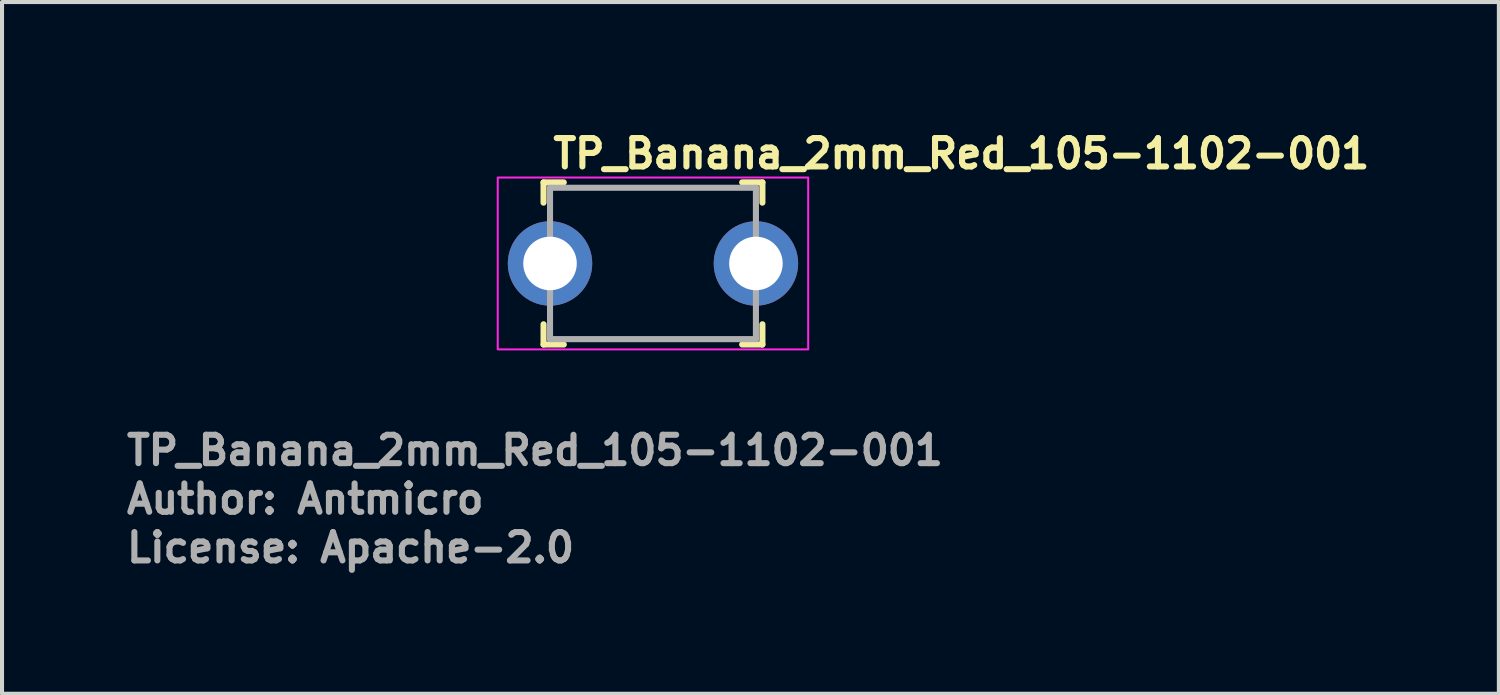
<source format=kicad_pcb>
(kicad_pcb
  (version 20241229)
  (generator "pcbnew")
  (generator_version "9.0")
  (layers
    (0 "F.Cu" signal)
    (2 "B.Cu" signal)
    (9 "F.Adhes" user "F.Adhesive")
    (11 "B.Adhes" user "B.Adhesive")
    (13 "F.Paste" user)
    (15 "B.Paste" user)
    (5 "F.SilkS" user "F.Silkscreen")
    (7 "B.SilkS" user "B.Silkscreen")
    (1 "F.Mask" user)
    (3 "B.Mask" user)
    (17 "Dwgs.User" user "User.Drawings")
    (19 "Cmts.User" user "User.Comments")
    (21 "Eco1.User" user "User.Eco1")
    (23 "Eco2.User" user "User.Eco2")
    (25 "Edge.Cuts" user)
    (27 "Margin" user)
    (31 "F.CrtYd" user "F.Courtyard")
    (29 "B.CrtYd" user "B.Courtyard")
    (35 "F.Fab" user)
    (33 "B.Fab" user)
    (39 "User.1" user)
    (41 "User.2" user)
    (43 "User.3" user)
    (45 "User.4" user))
  (footprint "TP_Banana_2mm_Red_105-1102-001"
    (layer "F.Cu")
    (at 10.52 3.45)
    (property "Reference" "TP_Banana_2mm_Red_105-1102-001" (at 0 -2.3 0) (layer "F.SilkS") (effects (font (size 0.7 0.7) (thickness 0.15)) (justify left bottom)))
    (attr through_hole)
    (fp_line (start -0.16 -2) (end -0.16 -1.5) (stroke (width 0.15) (type solid)) (layer "F.SilkS"))
    (fp_line (start -0.16 -2) (end 0.34 -2) (stroke (width 0.15) (type solid)) (layer "F.SilkS"))
    (fp_line (start -0.16 2) (end -0.16 1.5) (stroke (width 0.15) (type solid)) (layer "F.SilkS"))
    (fp_line (start -0.16 2) (end 0.34 2) (stroke (width 0.15) (type solid)) (layer "F.SilkS"))
    (fp_line (start 5.24 -2) (end 4.74 -2) (stroke (width 0.15) (type solid)) (layer "F.SilkS"))
    (fp_line (start 5.24 -2) (end 5.24 -1.5) (stroke (width 0.15) (type solid)) (layer "F.SilkS"))
    (fp_line (start 5.24 2) (end 4.74 2) (stroke (width 0.15) (type solid)) (layer "F.SilkS"))
    (fp_line (start 5.24 2) (end 5.24 1.5) (stroke (width 0.15) (type solid)) (layer "F.SilkS"))
    (fp_rect (start -1.29 -2.12) (end 6.37 2.12) (stroke (width 0.05) (type solid)) (fill no) (layer "F.CrtYd"))
    (fp_line (start 0 -1.867) (end 5.08 -1.867) (stroke (width 0.15) (type solid)) (layer "F.Fab"))
    (fp_line (start 0 1.867) (end 0 -1.867) (stroke (width 0.15) (type solid)) (layer "F.Fab"))
    (fp_line (start 0 1.867) (end 5.08 1.867) (stroke (width 0.15) (type solid)) (layer "F.Fab"))
    (fp_line (start 5.08 1.867) (end 5.08 -1.867) (stroke (width 0.15) (type solid)) (layer "F.Fab"))
    (fp_rect (start -0.154 -1.862) (end 5.23 1.872) (stroke (width 0.1) (type solid)) (fill no) (layer "User.5"))
    (fp_line (start -0.154 -1.862) (end -0.154 -1.857) (stroke (width 0.02) (type solid)) (layer "User.9"))
    (fp_line (start -0.154 -1.862) (end 5.23 -1.862) (stroke (width 0.02) (type solid)) (layer "User.9"))
    (fp_line (start -0.154 -1.857) (end -0.154 -1.857) (stroke (width 0.02) (type solid)) (layer "User.9"))
    (fp_line (start -0.154 -1.857) (end -0.154 -1.843) (stroke (width 0.02) (type solid)) (layer "User.9"))
    (fp_line (start -0.154 -1.843) (end -0.154 -1.843) (stroke (width 0.02) (type solid)) (layer "User.9"))
    (fp_line (start -0.154 -1.843) (end -0.154 -1.819) (stroke (width 0.02) (type solid)) (layer "User.9"))
    (fp_line (start -0.154 -1.819) (end -0.154 -1.819) (stroke (width 0.02) (type solid)) (layer "User.9"))
    (fp_line (start -0.154 -1.819) (end -0.154 -1.786) (stroke (width 0.02) (type solid)) (layer "User.9"))
    (fp_line (start -0.154 -1.786) (end -0.154 -1.786) (stroke (width 0.02) (type solid)) (layer "User.9"))
    (fp_line (start -0.154 -1.786) (end -0.154 -1.745) (stroke (width 0.02) (type solid)) (layer "User.9"))
    (fp_line (start -0.154 -1.745) (end -0.154 -1.745) (stroke (width 0.02) (type solid)) (layer "User.9"))
    (fp_line (start -0.154 -1.745) (end -0.154 -1.639) (stroke (width 0.02) (type solid)) (layer "User.9"))
    (fp_line (start -0.154 -1.639) (end -0.154 -1.639) (stroke (width 0.02) (type solid)) (layer "User.9"))
    (fp_line (start -0.154 -1.639) (end -0.154 -1.1) (stroke (width 0.02) (type solid)) (layer "User.9"))
    (fp_line (start -0.154 -1.1) (end -0.154 1.11) (stroke (width 0.02) (type solid)) (layer "User.9"))
    (fp_line (start -0.154 1.11) (end -0.154 1.649) (stroke (width 0.02) (type solid)) (layer "User.9"))
    (fp_line (start -0.154 1.649) (end -0.154 1.649) (stroke (width 0.02) (type solid)) (layer "User.9"))
    (fp_line (start -0.154 1.649) (end -0.154 1.706) (stroke (width 0.02) (type solid)) (layer "User.9"))
    (fp_line (start -0.154 1.706) (end -0.154 1.706) (stroke (width 0.02) (type solid)) (layer "User.9"))
    (fp_line (start -0.154 1.706) (end -0.154 1.755) (stroke (width 0.02) (type solid)) (layer "User.9"))
    (fp_line (start -0.154 1.755) (end -0.154 1.755) (stroke (width 0.02) (type solid)) (layer "User.9"))
    (fp_line (start -0.154 1.755) (end -0.154 1.796) (stroke (width 0.02) (type solid)) (layer "User.9"))
    (fp_line (start -0.154 1.796) (end -0.154 1.796) (stroke (width 0.02) (type solid)) (layer "User.9"))
    (fp_line (start -0.154 1.796) (end -0.154 1.829) (stroke (width 0.02) (type solid)) (layer "User.9"))
    (fp_line (start -0.154 1.829) (end -0.154 1.829) (stroke (width 0.02) (type solid)) (layer "User.9"))
    (fp_line (start -0.154 1.829) (end -0.154 1.853) (stroke (width 0.02) (type solid)) (layer "User.9"))
    (fp_line (start -0.154 1.853) (end -0.154 1.853) (stroke (width 0.02) (type solid)) (layer "User.9"))
    (fp_line (start -0.154 1.853) (end -0.154 1.867) (stroke (width 0.02) (type solid)) (layer "User.9"))
    (fp_line (start -0.154 1.867) (end -0.154 1.867) (stroke (width 0.02) (type solid)) (layer "User.9"))
    (fp_line (start -0.154 1.867) (end -0.154 1.872) (stroke (width 0.02) (type solid)) (layer "User.9"))
    (fp_line (start -0.154 1.872) (end 5.23 1.872) (stroke (width 0.02) (type solid)) (layer "User.9"))
    (fp_line (start 5.23 -1.862) (end 5.23 -1.857) (stroke (width 0.02) (type solid)) (layer "User.9"))
    (fp_line (start 5.23 -1.857) (end 5.23 -1.857) (stroke (width 0.02) (type solid)) (layer "User.9"))
    (fp_line (start 5.23 -1.857) (end 5.23 -1.843) (stroke (width 0.02) (type solid)) (layer "User.9"))
    (fp_line (start 5.23 -1.843) (end 5.23 -1.843) (stroke (width 0.02) (type solid)) (layer "User.9"))
    (fp_line (start 5.23 -1.843) (end 5.23 -1.819) (stroke (width 0.02) (type solid)) (layer "User.9"))
    (fp_line (start 5.23 -1.819) (end 5.23 -1.819) (stroke (width 0.02) (type solid)) (layer "User.9"))
    (fp_line (start 5.23 -1.819) (end 5.23 -1.786) (stroke (width 0.02) (type solid)) (layer "User.9"))
    (fp_line (start 5.23 -1.786) (end 5.23 -1.786) (stroke (width 0.02) (type solid)) (layer "User.9"))
    (fp_line (start 5.23 -1.786) (end 5.23 -1.745) (stroke (width 0.02) (type solid)) (layer "User.9"))
    (fp_line (start 5.23 -1.745) (end 5.23 -1.745) (stroke (width 0.02) (type solid)) (layer "User.9"))
    (fp_line (start 5.23 -1.745) (end 5.23 -1.639) (stroke (width 0.02) (type solid)) (layer "User.9"))
    (fp_line (start 5.23 -1.639) (end 5.23 -1.639) (stroke (width 0.02) (type solid)) (layer "User.9"))
    (fp_line (start 5.23 -1.639) (end 5.23 -1.1) (stroke (width 0.02) (type solid)) (layer "User.9"))
    (fp_line (start 5.23 -1.1) (end 5.23 1.11) (stroke (width 0.02) (type solid)) (layer "User.9"))
    (fp_line (start 5.23 1.11) (end 5.23 1.649) (stroke (width 0.02) (type solid)) (layer "User.9"))
    (fp_line (start 5.23 1.649) (end 5.23 1.649) (stroke (width 0.02) (type solid)) (layer "User.9"))
    (fp_line (start 5.23 1.649) (end 5.23 1.706) (stroke (width 0.02) (type solid)) (layer "User.9"))
    (fp_line (start 5.23 1.706) (end 5.23 1.706) (stroke (width 0.02) (type solid)) (layer "User.9"))
    (fp_line (start 5.23 1.706) (end 5.23 1.755) (stroke (width 0.02) (type solid)) (layer "User.9"))
    (fp_line (start 5.23 1.755) (end 5.23 1.755) (stroke (width 0.02) (type solid)) (layer "User.9"))
    (fp_line (start 5.23 1.755) (end 5.23 1.796) (stroke (width 0.02) (type solid)) (layer "User.9"))
    (fp_line (start 5.23 1.796) (end 5.23 1.796) (stroke (width 0.02) (type solid)) (layer "User.9"))
    (fp_line (start 5.23 1.796) (end 5.23 1.829) (stroke (width 0.02) (type solid)) (layer "User.9"))
    (fp_line (start 5.23 1.829) (end 5.23 1.829) (stroke (width 0.02) (type solid)) (layer "User.9"))
    (fp_line (start 5.23 1.829) (end 5.23 1.853) (stroke (width 0.02) (type solid)) (layer "User.9"))
    (fp_line (start 5.23 1.853) (end 5.23 1.853) (stroke (width 0.02) (type solid)) (layer "User.9"))
    (fp_line (start 5.23 1.853) (end 5.23 1.867) (stroke (width 0.02) (type solid)) (layer "User.9"))
    (fp_line (start 5.23 1.867) (end 5.23 1.867) (stroke (width 0.02) (type solid)) (layer "User.9"))
    (fp_line (start 5.23 1.867) (end 5.23 1.872) (stroke (width 0.02) (type solid)) (layer "User.9"))
    (fp_text user "${REFERENCE}" (at -10.52 5.02 0) (layer "F.Fab") (effects (font (size 0.7 0.7) (thickness 0.15)) (justify left bottom)))
    (fp_text user "License: Apache-2.0" (at -10.52 7.42 0) (layer "F.Fab") (effects (font (size 0.7 0.7) (thickness 0.15)) (justify left bottom)))
    (fp_text user "Author: Antmicro" (at -10.52 6.22 0) (layer "F.Fab") (effects (font (size 0.7 0.7) (thickness 0.15)) (justify left bottom)))
    (pad "1" thru_hole circle (at 0 0) (size 2.083 2.083) (drill 1.321) (layers "*.Cu" "*.Mask"))
    (pad "1" thru_hole circle (at 5.08 0) (size 2.083 2.083) (drill 1.321) (layers "*.Cu" "*.Mask")))
  (gr_rect
    (start -3 -3)
    (end 33.93 14.066)
    (stroke (width 0.1) (type default))
    (fill no)
    (layer "Edge.Cuts")))
</source>
